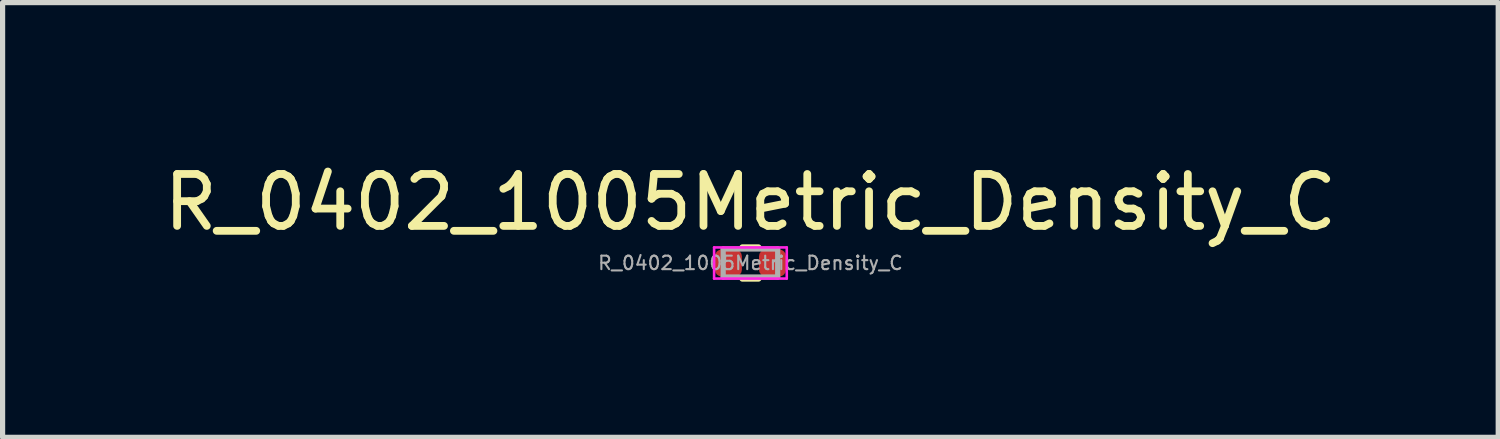
<source format=kicad_pcb>
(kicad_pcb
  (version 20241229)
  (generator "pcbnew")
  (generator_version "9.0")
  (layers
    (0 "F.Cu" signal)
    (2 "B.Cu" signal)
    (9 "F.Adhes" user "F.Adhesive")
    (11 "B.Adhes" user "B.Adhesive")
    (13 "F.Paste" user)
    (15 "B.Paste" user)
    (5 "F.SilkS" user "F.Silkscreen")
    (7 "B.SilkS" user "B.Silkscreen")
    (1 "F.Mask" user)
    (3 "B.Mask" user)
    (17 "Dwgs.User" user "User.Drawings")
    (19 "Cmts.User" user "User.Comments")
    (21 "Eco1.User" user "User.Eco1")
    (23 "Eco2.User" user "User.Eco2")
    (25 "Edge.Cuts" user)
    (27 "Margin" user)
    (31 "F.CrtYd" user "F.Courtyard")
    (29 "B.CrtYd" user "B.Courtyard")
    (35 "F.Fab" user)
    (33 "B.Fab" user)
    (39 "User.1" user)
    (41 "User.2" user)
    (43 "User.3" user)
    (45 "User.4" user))
  (footprint "R_0402_1005Metric_Density_C"
    (layer "F.Cu")
    (at 11.411 2.018)
    (property "Reference" "R_0402_1005Metric_Density_C" (at 0 -1.17 0) (layer "F.SilkS") (effects (font (size 1 1) (thickness 0.15))))
    (attr smd)
    (fp_line (start -0.154 -0.3) (end 0.154 -0.3) (stroke (width 0.12) (type solid)) (layer "F.SilkS"))
    (fp_line (start -0.154 0.3) (end 0.154 0.3) (stroke (width 0.12) (type solid)) (layer "F.SilkS"))
    (fp_line (start -0.7 -0.3) (end 0.7 -0.3) (stroke (width 0.05) (type solid)) (layer "F.CrtYd"))
    (fp_line (start -0.7 0.3) (end -0.7 -0.3) (stroke (width 0.05) (type solid)) (layer "F.CrtYd"))
    (fp_line (start 0.7 -0.3) (end 0.7 0.3) (stroke (width 0.05) (type solid)) (layer "F.CrtYd"))
    (fp_line (start 0.7 0.3) (end -0.7 0.3) (stroke (width 0.05) (type solid)) (layer "F.CrtYd"))
    (fp_line (start -0.525 -0.27) (end 0.525 -0.27) (stroke (width 0.1) (type solid)) (layer "F.Fab"))
    (fp_line (start -0.525 0.27) (end -0.525 -0.27) (stroke (width 0.1) (type solid)) (layer "F.Fab"))
    (fp_line (start 0.525 -0.27) (end 0.525 0.27) (stroke (width 0.1) (type solid)) (layer "F.Fab"))
    (fp_line (start 0.525 0.27) (end -0.525 0.27) (stroke (width 0.1) (type solid)) (layer "F.Fab"))
    (fp_text user "${REFERENCE}" (at 0 0 0) (layer "F.Fab") (effects (font (size 0.26 0.26) (thickness 0.04))))
    (pad "1" smd roundrect (at -0.425 0) (size 0.52 0.52) (layers "F.Cu" "F.Mask" "F.Paste") (roundrect_rratio 0.25))
    (pad "2" smd roundrect (at 0.425 0) (size 0.52 0.52) (layers "F.Cu" "F.Mask" "F.Paste") (roundrect_rratio 0.25)))
  (gr_rect
    (start -3 -3)
    (end 25.821 5.378)
    (stroke (width 0.1) (type default))
    (fill no)
    (layer "Edge.Cuts")))
</source>
